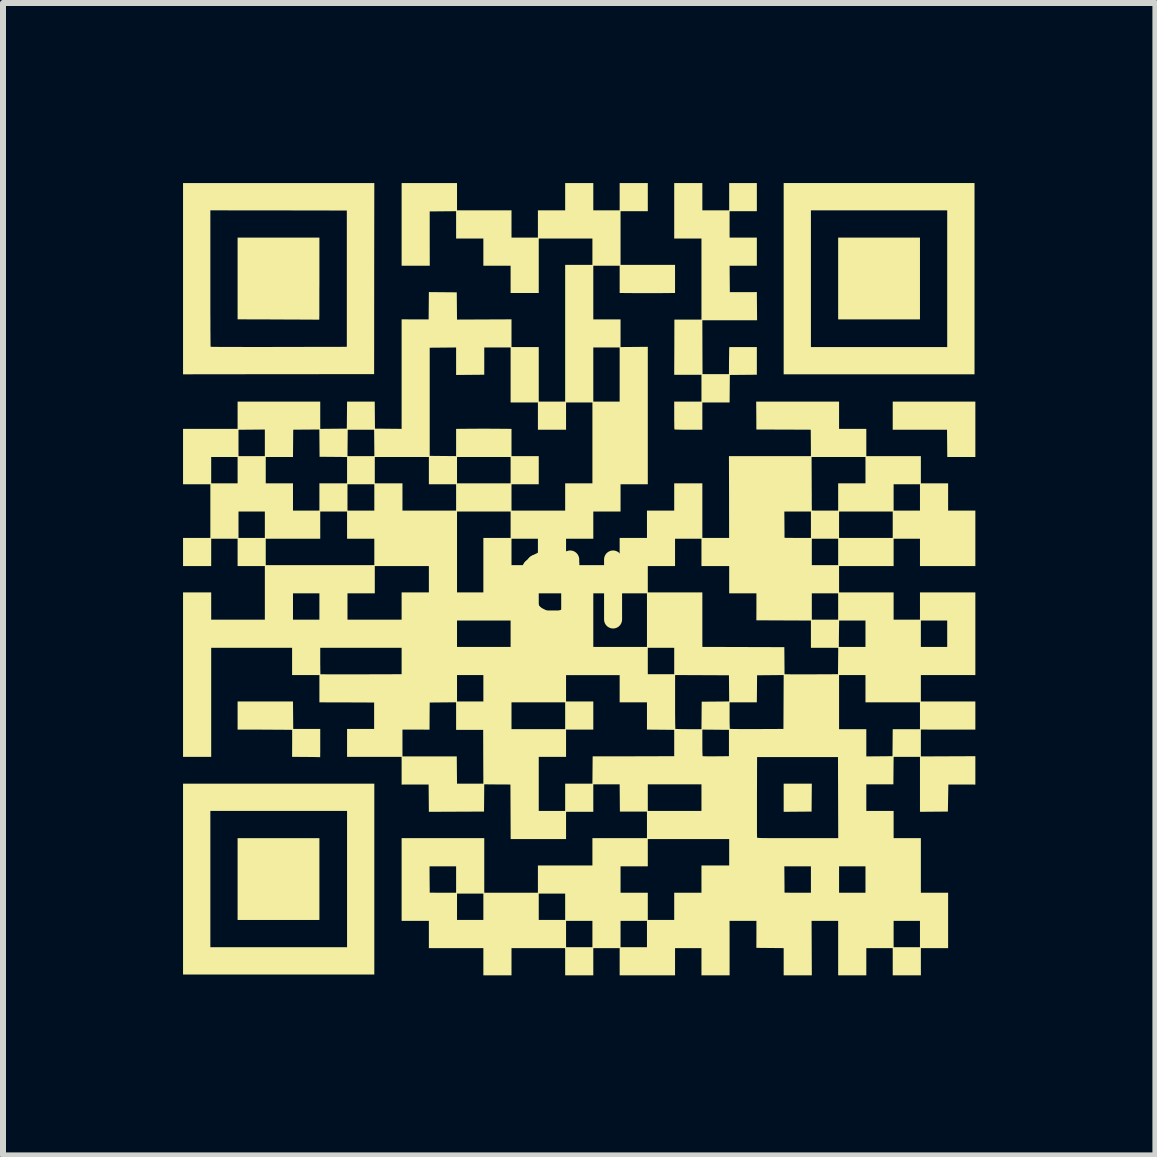
<source format=kicad_pcb>
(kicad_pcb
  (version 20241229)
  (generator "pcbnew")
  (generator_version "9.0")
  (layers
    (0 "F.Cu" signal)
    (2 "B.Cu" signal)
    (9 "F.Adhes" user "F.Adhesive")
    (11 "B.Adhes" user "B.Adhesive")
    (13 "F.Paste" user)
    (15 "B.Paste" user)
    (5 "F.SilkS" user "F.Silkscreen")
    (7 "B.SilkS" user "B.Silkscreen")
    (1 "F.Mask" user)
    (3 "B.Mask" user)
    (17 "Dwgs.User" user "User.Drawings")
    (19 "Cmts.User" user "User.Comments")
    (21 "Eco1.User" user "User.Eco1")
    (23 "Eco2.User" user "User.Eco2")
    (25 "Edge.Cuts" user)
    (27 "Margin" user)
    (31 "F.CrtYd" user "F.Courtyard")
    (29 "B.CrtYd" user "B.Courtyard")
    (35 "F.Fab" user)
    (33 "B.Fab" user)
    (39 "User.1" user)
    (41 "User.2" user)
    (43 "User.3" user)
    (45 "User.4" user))
  (footprint "qr"
    (layer "F.Cu")
    (at 6.594 6.594)
    (property "Reference" "qr" (at 0 0 0) (layer "F.SilkS") (effects (font (size 1.5 1.5) (thickness 0.3))))
    (attr board_only exclude_from_pos_files exclude_from_bom)
    (fp_poly (pts (xy -4.322 5.004) (xy -4.322 5.685) (xy -5.004 5.685) (xy -5.685 5.685) (xy -5.685 5.004) (xy -5.685 4.322) (xy -5.004 4.322) (xy -4.322 4.322)) (stroke (width 0) (type solid)) (fill yes) (layer "F.SilkS"))
    (fp_poly (pts (xy 3.881 3.647) (xy 3.879 3.879) (xy 3.647 3.881) (xy 3.414 3.883) (xy 3.414 3.649) (xy 3.414 3.414) (xy 3.649 3.414) (xy 3.883 3.414)) (stroke (width 0) (type solid)) (fill yes) (layer "F.SilkS"))
    (fp_poly (pts (xy 5.685 -5.004) (xy 5.685 -4.322) (xy 5.004 -4.322) (xy 4.322 -4.322) (xy 4.322 -5.004) (xy 4.322 -5.685) (xy 5.004 -5.685) (xy 5.685 -5.685)) (stroke (width 0) (type solid)) (fill yes) (layer "F.SilkS"))
    (fp_poly (pts (xy 6.608 -2.491) (xy 6.608 -2.029) (xy 6.374 -2.029) (xy 6.14 -2.029) (xy 6.138 -2.257) (xy 6.136 -2.484) (xy 5.683 -2.484) (xy 5.231 -2.483) (xy 5.231 -2.718) (xy 5.231 -2.952) (xy 5.92 -2.952) (xy 6.608 -2.952)) (stroke (width 0) (type solid)) (fill yes) (layer "F.SilkS"))
    (fp_poly (pts (xy -3.407 5.004) (xy -3.407 6.594) (xy -5 6.594) (xy -6.594 6.594) (xy -6.594 5.004) (xy -6.139 5.004) (xy -6.139 6.139) (xy -5 6.139) (xy -3.861 6.139) (xy -3.861 5.004) (xy -3.861 3.868) (xy -5 3.868) (xy -6.139 3.868) (xy -6.139 5.004) (xy -6.594 5.004) (xy -6.594 3.414) (xy -5 3.414) (xy -3.407 3.414)) (stroke (width 0) (type solid)) (fill yes) (layer "F.SilkS"))
    (fp_poly (pts (xy 6.594 -5) (xy 6.594 -3.407) (xy 5.004 -3.407) (xy 3.414 -3.407) (xy 3.414 -5) (xy 3.868 -5) (xy 3.868 -3.861) (xy 5.004 -3.861) (xy 6.139 -3.861) (xy 6.139 -5) (xy 6.139 -6.139) (xy 5.004 -6.139) (xy 3.868 -6.139) (xy 3.868 -5) (xy 3.414 -5) (xy 3.414 -6.594) (xy 5.004 -6.594) (xy 6.594 -6.594)) (stroke (width 0) (type solid)) (fill yes) (layer "F.SilkS"))
    (fp_poly (pts (xy -4.322 -5) (xy -4.322 -4.901) (xy -4.323 -4.807) (xy -4.323 -4.718) (xy -4.323 -4.635) (xy -4.323 -4.56) (xy -4.323 -4.492) (xy -4.323 -4.435) (xy -4.323 -4.387) (xy -4.324 -4.351) (xy -4.324 -4.328) (xy -4.324 -4.317) (xy -4.324 -4.317) (xy -4.332 -4.317) (xy -4.353 -4.318) (xy -4.386 -4.318) (xy -4.432 -4.318) (xy -4.488 -4.319) (xy -4.553 -4.319) (xy -4.627 -4.319) (xy -4.708 -4.32) (xy -4.796 -4.32) (xy -4.889 -4.32) (xy -4.987 -4.321) (xy -5.006 -4.321) (xy -5.685 -4.323) (xy -5.685 -5.004) (xy -5.685 -5.685) (xy -5.004 -5.685) (xy -4.322 -5.685)) (stroke (width 0) (type solid)) (fill yes) (layer "F.SilkS"))
    (fp_poly (pts (xy -4.76 2.273) (xy -4.758 2.502) (xy -4.533 2.502) (xy -4.308 2.502) (xy -4.308 2.738) (xy -4.308 2.795) (xy -4.308 2.847) (xy -4.308 2.892) (xy -4.309 2.929) (xy -4.309 2.956) (xy -4.309 2.97) (xy -4.31 2.973) (xy -4.317 2.972) (xy -4.338 2.972) (xy -4.369 2.971) (xy -4.41 2.97) (xy -4.458 2.97) (xy -4.513 2.969) (xy -4.544 2.969) (xy -4.777 2.967) (xy -4.776 2.742) (xy -4.776 2.517) (xy -5.002 2.515) (xy -5.073 2.515) (xy -5.154 2.514) (xy -5.239 2.514) (xy -5.324 2.513) (xy -5.404 2.513) (xy -5.456 2.513) (xy -5.685 2.513) (xy -5.685 2.278) (xy -5.685 2.044) (xy -5.224 2.044) (xy -4.762 2.044)) (stroke (width 0) (type solid)) (fill yes) (layer "F.SilkS"))
    (fp_poly (pts (xy -3.409 -5.002) (xy -3.41 -3.41) (xy -5.002 -3.409) (xy -6.594 -3.407) (xy -6.594 -5) (xy -6.594 -5.005) (xy -6.139 -5.005) (xy -6.139 -4.877) (xy -6.139 -4.753) (xy -6.139 -4.634) (xy -6.139 -4.521) (xy -6.139 -4.414) (xy -6.138 -4.314) (xy -6.138 -4.222) (xy -6.138 -4.139) (xy -6.137 -4.065) (xy -6.137 -4.002) (xy -6.136 -3.95) (xy -6.136 -3.909) (xy -6.135 -3.882) (xy -6.135 -3.868) (xy -6.134 -3.866) (xy -6.127 -3.865) (xy -6.105 -3.865) (xy -6.07 -3.864) (xy -6.023 -3.864) (xy -5.965 -3.863) (xy -5.896 -3.863) (xy -5.817 -3.863) (xy -5.729 -3.863) (xy -5.632 -3.863) (xy -5.528 -3.862) (xy -5.418 -3.862) (xy -5.301 -3.862) (xy -5.18 -3.862) (xy -5.054 -3.863) (xy -4.997 -3.863) (xy -3.865 -3.865) (xy -3.865 -5) (xy -3.865 -6.136) (xy -5.002 -6.138) (xy -6.139 -6.139) (xy -6.139 -5.005) (xy -6.594 -5.005) (xy -6.594 -6.594) (xy -5 -6.594) (xy -3.407 -6.594)) (stroke (width 0) (type solid)) (fill yes) (layer "F.SilkS"))
    (fp_poly (pts (xy 2.059 -6.366) (xy 2.059 -6.139) (xy 2.282 -6.139) (xy 2.506 -6.139) (xy 2.506 -6.366) (xy 2.506 -6.594) (xy 2.736 -6.594) (xy 2.967 -6.594) (xy 2.967 -6.359) (xy 2.967 -6.125) (xy 2.74 -6.125) (xy 2.513 -6.125) (xy 2.513 -5.905) (xy 2.513 -5.685) (xy 2.74 -5.685) (xy 2.967 -5.685) (xy 2.967 -5.451) (xy 2.967 -5.216) (xy 2.74 -5.216) (xy 2.513 -5.216) (xy 2.515 -4.996) (xy 2.517 -4.776) (xy 2.742 -4.776) (xy 2.967 -4.777) (xy 2.969 -4.542) (xy 2.971 -4.308) (xy 2.515 -4.308) (xy 2.059 -4.308) (xy 2.06 -3.859) (xy 2.062 -3.41) (xy 2.282 -3.41) (xy 2.502 -3.41) (xy 2.503 -3.636) (xy 2.504 -3.691) (xy 2.505 -3.742) (xy 2.505 -3.786) (xy 2.506 -3.821) (xy 2.507 -3.847) (xy 2.508 -3.86) (xy 2.509 -3.861) (xy 2.517 -3.861) (xy 2.538 -3.861) (xy 2.57 -3.861) (xy 2.611 -3.861) (xy 2.66 -3.861) (xy 2.714 -3.861) (xy 2.74 -3.861) (xy 2.967 -3.861) (xy 2.967 -3.63) (xy 2.967 -3.4) (xy 2.742 -3.398) (xy 2.517 -3.396) (xy 2.515 -3.167) (xy 2.513 -2.938) (xy 2.286 -2.938) (xy 2.059 -2.938) (xy 2.059 -2.711) (xy 2.059 -2.484) (xy 1.829 -2.484) (xy 1.773 -2.484) (xy 1.721 -2.484) (xy 1.675 -2.485) (xy 1.639 -2.486) (xy 1.612 -2.487) (xy 1.597 -2.488) (xy 1.595 -2.488) (xy 1.593 -2.497) (xy 1.592 -2.518) (xy 1.591 -2.55) (xy 1.591 -2.591) (xy 1.59 -2.64) (xy 1.59 -2.695) (xy 1.59 -2.723) (xy 1.59 -2.952) (xy 1.817 -2.952) (xy 2.044 -2.952) (xy 2.044 -3.176) (xy 2.044 -3.399) (xy 1.817 -3.399) (xy 1.59 -3.399) (xy 1.592 -3.859) (xy 1.593 -4.319) (xy 1.819 -4.319) (xy 2.044 -4.319) (xy 2.044 -4.995) (xy 2.044 -5.67) (xy 1.817 -5.67) (xy 1.59 -5.67) (xy 1.59 -6.132) (xy 1.59 -6.594) (xy 1.824 -6.594) (xy 2.059 -6.594)) (stroke (width 0) (type solid)) (fill yes) (layer "F.SilkS"))
    (fp_poly (pts (xy -2.029 -6.366) (xy -2.029 -6.139) (xy -1.575 -6.139) (xy -1.121 -6.139) (xy -1.121 -5.912) (xy -1.121 -5.685) (xy -0.901 -5.685) (xy -0.681 -5.685) (xy -0.681 -5.912) (xy -0.681 -6.139) (xy -0.454 -6.139) (xy -0.227 -6.139) (xy -0.227 -6.366) (xy -0.227 -6.594) (xy 0.007 -6.594) (xy 0.242 -6.594) (xy 0.242 -6.366) (xy 0.242 -6.139) (xy 0.462 -6.139) (xy 0.681 -6.139) (xy 0.681 -6.366) (xy 0.681 -6.594) (xy 0.916 -6.594) (xy 1.15 -6.594) (xy 1.15 -6.359) (xy 1.15 -6.125) (xy 0.923 -6.125) (xy 0.696 -6.125) (xy 0.696 -5.678) (xy 0.696 -5.231) (xy 1.15 -5.231) (xy 1.604 -5.231) (xy 1.604 -4.997) (xy 1.604 -4.762) (xy 1.374 -4.76) (xy 1.301 -4.76) (xy 1.219 -4.76) (xy 1.132 -4.76) (xy 1.046 -4.76) (xy 0.966 -4.76) (xy 0.912 -4.76) (xy 0.681 -4.762) (xy 0.681 -4.989) (xy 0.681 -5.216) (xy 0.462 -5.216) (xy 0.242 -5.216) (xy 0.242 -4.769) (xy 0.242 -4.322) (xy 0.469 -4.322) (xy 0.696 -4.322) (xy 0.696 -4.091) (xy 0.696 -3.861) (xy 0.923 -3.863) (xy 1.15 -3.865) (xy 1.15 -2.72) (xy 1.15 -1.575) (xy 0.923 -1.575) (xy 0.696 -1.575) (xy 0.696 -1.348) (xy 0.696 -1.121) (xy 0.469 -1.121) (xy 0.242 -1.121) (xy 0.242 -0.894) (xy 0.242 -0.667) (xy 0.015 -0.667) (xy -0.212 -0.667) (xy -0.212 -0.447) (xy -0.212 -0.227) (xy 0.234 -0.227) (xy 0.681 -0.227) (xy 0.681 -0.454) (xy 0.681 -0.681) (xy 0.908 -0.681) (xy 1.136 -0.681) (xy 1.136 -0.908) (xy 1.136 -1.136) (xy 1.363 -1.136) (xy 1.59 -1.136) (xy 1.59 -1.363) (xy 1.59 -1.59) (xy 1.824 -1.59) (xy 2.059 -1.59) (xy 2.059 -1.136) (xy 2.059 -0.681) (xy 2.282 -0.681) (xy 2.505 -0.681) (xy 2.504 -1.121) (xy 3.425 -1.121) (xy 3.427 -0.903) (xy 3.427 -0.848) (xy 3.428 -0.798) (xy 3.428 -0.755) (xy 3.428 -0.72) (xy 3.428 -0.696) (xy 3.429 -0.684) (xy 3.429 -0.683) (xy 3.436 -0.683) (xy 3.456 -0.682) (xy 3.487 -0.682) (xy 3.527 -0.682) (xy 3.575 -0.681) (xy 3.628 -0.681) (xy 3.648 -0.681) (xy 3.868 -0.681) (xy 3.868 -0.901) (xy 4.337 -0.901) (xy 4.337 -0.681) (xy 4.784 -0.681) (xy 5.231 -0.681) (xy 5.231 -0.901) (xy 5.231 -1.121) (xy 4.784 -1.121) (xy 4.337 -1.121) (xy 4.337 -0.901) (xy 3.868 -0.901) (xy 3.868 -1.121) (xy 3.647 -1.121) (xy 3.425 -1.121) (xy 2.504 -1.121) (xy 2.504 -1.363) (xy 2.502 -2.029) (xy 3.879 -2.029) (xy 3.881 -1.584) (xy 3.881 -1.505) (xy 3.882 -1.43) (xy 3.882 -1.361) (xy 3.882 -1.299) (xy 3.882 -1.245) (xy 3.883 -1.201) (xy 3.883 -1.167) (xy 3.883 -1.146) (xy 3.883 -1.137) (xy 3.883 -1.137) (xy 3.89 -1.137) (xy 3.91 -1.137) (xy 3.941 -1.136) (xy 3.981 -1.136) (xy 4.029 -1.136) (xy 4.082 -1.136) (xy 4.103 -1.136) (xy 4.322 -1.136) (xy 4.322 -1.355) (xy 5.246 -1.355) (xy 5.246 -1.136) (xy 5.465 -1.136) (xy 5.685 -1.136) (xy 5.685 -1.355) (xy 5.685 -1.575) (xy 5.465 -1.575) (xy 5.246 -1.575) (xy 5.246 -1.355) (xy 4.322 -1.355) (xy 4.322 -1.363) (xy 4.322 -1.59) (xy 4.55 -1.59) (xy 4.777 -1.59) (xy 4.777 -1.81) (xy 4.777 -2.029) (xy 4.328 -2.029) (xy 3.879 -2.029) (xy 2.502 -2.029) (xy 2.502 -2.044) (xy 3.185 -2.044) (xy 3.868 -2.044) (xy 3.867 -2.264) (xy 3.865 -2.484) (xy 3.412 -2.486) (xy 2.959 -2.487) (xy 2.958 -2.72) (xy 2.956 -2.952) (xy 3.647 -2.952) (xy 4.337 -2.952) (xy 4.337 -2.725) (xy 4.337 -2.498) (xy 4.564 -2.498) (xy 4.791 -2.498) (xy 4.791 -2.271) (xy 4.791 -2.044) (xy 5.246 -2.044) (xy 5.7 -2.044) (xy 5.7 -1.817) (xy 5.7 -1.59) (xy 5.927 -1.59) (xy 6.154 -1.59) (xy 6.154 -1.363) (xy 6.154 -1.136) (xy 6.381 -1.136) (xy 6.608 -1.136) (xy 6.608 -0.674) (xy 6.608 -0.212) (xy 6.147 -0.212) (xy 5.685 -0.212) (xy 5.685 -0.44) (xy 5.685 -0.667) (xy 5.465 -0.667) (xy 5.246 -0.667) (xy 5.246 -0.44) (xy 5.246 -0.212) (xy 4.791 -0.212) (xy 4.337 -0.212) (xy 4.337 0.007) (xy 4.337 0.227) (xy 4.791 0.227) (xy 5.246 0.227) (xy 5.246 0.454) (xy 5.246 0.681) (xy 5.465 0.681) (xy 5.685 0.681) (xy 5.685 0.454) (xy 5.685 0.227) (xy 6.147 0.227) (xy 6.608 0.227) (xy 6.608 0.916) (xy 6.608 1.604) (xy 6.154 1.604) (xy 5.7 1.604) (xy 5.7 1.824) (xy 5.7 2.044) (xy 6.154 2.044) (xy 6.608 2.044) (xy 6.608 2.278) (xy 6.608 2.513) (xy 6.379 2.513) (xy 6.307 2.513) (xy 6.226 2.513) (xy 6.14 2.513) (xy 6.056 2.513) (xy 5.977 2.513) (xy 5.925 2.513) (xy 5.7 2.512) (xy 5.7 2.736) (xy 5.7 2.96) (xy 6.154 2.958) (xy 6.608 2.956) (xy 6.608 3.193) (xy 6.608 3.429) (xy 6.383 3.428) (xy 6.158 3.428) (xy 6.154 3.654) (xy 6.15 3.879) (xy 5.918 3.881) (xy 5.685 3.883) (xy 5.685 3.425) (xy 5.685 2.967) (xy 5.465 2.967) (xy 5.246 2.967) (xy 5.244 3.196) (xy 5.242 3.425) (xy 5.017 3.425) (xy 4.791 3.425) (xy 4.791 3.647) (xy 4.791 3.868) (xy 5.018 3.868) (xy 5.246 3.868) (xy 5.246 4.095) (xy 5.246 4.322) (xy 5.473 4.322) (xy 5.7 4.322) (xy 5.7 4.777) (xy 5.7 5.231) (xy 5.927 5.231) (xy 6.154 5.231) (xy 6.154 5.692) (xy 6.154 6.154) (xy 5.927 6.154) (xy 5.7 6.154) (xy 5.7 6.381) (xy 5.7 6.608) (xy 5.465 6.608) (xy 5.231 6.608) (xy 5.231 6.381) (xy 5.231 6.154) (xy 5.011 6.154) (xy 4.791 6.154) (xy 4.791 6.381) (xy 4.791 6.608) (xy 4.557 6.608) (xy 4.322 6.608) (xy 4.322 6.154) (xy 4.322 5.92) (xy 5.246 5.92) (xy 5.246 6.139) (xy 5.465 6.139) (xy 5.685 6.139) (xy 5.685 5.92) (xy 5.685 5.7) (xy 5.465 5.7) (xy 5.246 5.7) (xy 5.246 5.92) (xy 4.322 5.92) (xy 4.322 5.7) (xy 4.101 5.7) (xy 3.879 5.7) (xy 3.881 6.154) (xy 3.883 6.608) (xy 3.649 6.608) (xy 3.414 6.608) (xy 3.414 6.381) (xy 3.414 6.154) (xy 3.186 6.152) (xy 2.959 6.15) (xy 2.96 5.925) (xy 2.96 5.7) (xy 2.736 5.7) (xy 2.512 5.7) (xy 2.513 5.925) (xy 2.513 5.996) (xy 2.513 6.077) (xy 2.513 6.163) (xy 2.513 6.248) (xy 2.513 6.327) (xy 2.513 6.379) (xy 2.513 6.608) (xy 2.278 6.608) (xy 2.044 6.608) (xy 2.044 6.381) (xy 2.044 6.154) (xy 1.824 6.154) (xy 1.604 6.154) (xy 1.604 6.381) (xy 1.604 6.608) (xy 1.143 6.608) (xy 0.681 6.608) (xy 0.681 6.381) (xy 0.681 6.154) (xy 0.462 6.154) (xy 0.242 6.154) (xy 0.242 6.381) (xy 0.242 6.608) (xy 0.007 6.608) (xy -0.227 6.608) (xy -0.227 6.381) (xy -0.227 6.154) (xy -0.674 6.154) (xy -1.121 6.154) (xy -1.121 6.381) (xy -1.121 6.608) (xy -1.355 6.608) (xy -1.59 6.608) (xy -1.59 6.381) (xy -1.59 6.154) (xy -2.044 6.154) (xy -2.498 6.154) (xy -2.498 5.927) (xy -2.498 5.92) (xy -0.212 5.92) (xy -0.212 6.139) (xy 0.007 6.139) (xy 0.227 6.139) (xy 0.227 5.92) (xy 0.696 5.92) (xy 0.696 6.139) (xy 0.916 6.139) (xy 1.136 6.139) (xy 1.136 5.92) (xy 1.136 5.7) (xy 0.916 5.7) (xy 0.696 5.7) (xy 0.696 5.92) (xy 0.227 5.92) (xy 0.227 5.7) (xy 0.007 5.7) (xy -0.212 5.7) (xy -0.212 5.92) (xy -2.498 5.92) (xy -2.498 5.7) (xy -2.725 5.7) (xy -2.952 5.7) (xy -2.952 5.465) (xy -2.029 5.465) (xy -2.029 5.685) (xy -1.81 5.685) (xy -1.59 5.685) (xy -1.59 5.465) (xy -0.667 5.465) (xy -0.667 5.685) (xy -0.447 5.685) (xy -0.227 5.685) (xy -0.227 5.465) (xy -0.227 5.246) (xy -0.447 5.246) (xy -0.667 5.246) (xy -0.667 5.465) (xy -1.59 5.465) (xy -1.59 5.246) (xy -1.81 5.246) (xy -2.029 5.246) (xy -2.029 5.465) (xy -2.952 5.465) (xy -2.952 5.011) (xy -2.952 4.791) (xy -2.487 4.791) (xy -2.486 5.009) (xy -2.485 5.064) (xy -2.485 5.114) (xy -2.484 5.157) (xy -2.484 5.192) (xy -2.484 5.216) (xy -2.484 5.228) (xy -2.484 5.229) (xy -2.477 5.23) (xy -2.457 5.23) (xy -2.426 5.23) (xy -2.385 5.231) (xy -2.338 5.231) (xy -2.284 5.231) (xy -2.264 5.231) (xy -2.044 5.231) (xy -2.044 5.011) (xy -2.044 4.791) (xy -2.266 4.791) (xy -2.487 4.791) (xy -2.952 4.791) (xy -2.952 4.322) (xy -2.264 4.322) (xy -1.575 4.322) (xy -1.575 4.777) (xy -1.575 5.231) (xy -1.128 5.231) (xy -0.681 5.231) (xy -0.681 5.004) (xy -0.681 4.791) (xy 0.696 4.791) (xy 0.696 5.011) (xy 0.696 5.231) (xy 0.923 5.231) (xy 1.15 5.231) (xy 1.15 5.458) (xy 1.15 5.685) (xy 1.37 5.685) (xy 1.59 5.685) (xy 1.59 5.458) (xy 1.59 5.231) (xy 1.817 5.231) (xy 2.044 5.231) (xy 2.044 5.004) (xy 2.044 4.791) (xy 3.425 4.791) (xy 3.427 5.009) (xy 3.427 5.064) (xy 3.428 5.114) (xy 3.428 5.157) (xy 3.428 5.192) (xy 3.428 5.216) (xy 3.429 5.228) (xy 3.429 5.229) (xy 3.436 5.23) (xy 3.456 5.23) (xy 3.487 5.23) (xy 3.527 5.231) (xy 3.575 5.231) (xy 3.628 5.231) (xy 3.648 5.231) (xy 3.868 5.231) (xy 3.868 5.011) (xy 4.337 5.011) (xy 4.337 5.231) (xy 4.557 5.231) (xy 4.777 5.231) (xy 4.777 5.011) (xy 4.777 4.791) (xy 4.557 4.791) (xy 4.337 4.791) (xy 4.337 5.011) (xy 3.868 5.011) (xy 3.868 4.791) (xy 3.647 4.791) (xy 3.425 4.791) (xy 2.044 4.791) (xy 2.044 4.777) (xy 2.275 4.777) (xy 2.506 4.777) (xy 2.506 4.557) (xy 2.506 4.337) (xy 1.828 4.337) (xy 1.15 4.337) (xy 1.15 4.564) (xy 1.15 4.791) (xy 0.923 4.791) (xy 0.696 4.791) (xy -0.681 4.791) (xy -0.681 4.777) (xy -0.227 4.777) (xy 0.227 4.777) (xy 0.227 4.55) (xy 0.227 4.322) (xy 0.681 4.322) (xy 1.136 4.322) (xy 1.136 4.101) (xy 1.136 3.917) (xy 2.969 3.917) (xy 2.969 3.999) (xy 2.969 4.074) (xy 2.969 4.141) (xy 2.969 4.198) (xy 2.969 4.245) (xy 2.97 4.281) (xy 2.97 4.304) (xy 2.971 4.313) (xy 2.971 4.313) (xy 2.974 4.315) (xy 2.983 4.316) (xy 2.999 4.318) (xy 3.023 4.319) (xy 3.055 4.32) (xy 3.096 4.32) (xy 3.146 4.321) (xy 3.207 4.322) (xy 3.279 4.322) (xy 3.363 4.322) (xy 3.46 4.322) (xy 3.57 4.322) (xy 3.648 4.322) (xy 4.323 4.322) (xy 4.321 3.647) (xy 4.319 2.971) (xy 3.645 2.971) (xy 2.971 2.971) (xy 2.969 3.637) (xy 2.969 3.735) (xy 2.969 3.829) (xy 2.969 3.917) (xy 1.136 3.917) (xy 1.136 3.879) (xy 0.91 3.879) (xy 0.685 3.879) (xy 0.683 3.652) (xy 0.683 3.647) (xy 1.15 3.647) (xy 1.15 3.868) (xy 1.597 3.868) (xy 2.044 3.868) (xy 2.044 3.647) (xy 2.044 3.425) (xy 1.597 3.425) (xy 1.15 3.425) (xy 1.15 3.647) (xy 0.683 3.647) (xy 0.681 3.425) (xy 0.461 3.425) (xy 0.242 3.425) (xy 0.242 3.654) (xy 0.242 3.883) (xy 0.015 3.883) (xy -0.212 3.883) (xy -0.212 4.11) (xy -0.212 4.337) (xy -0.674 4.337) (xy -1.135 4.337) (xy -1.137 3.883) (xy -1.139 3.428) (xy -1.357 3.427) (xy -1.575 3.425) (xy -1.577 3.652) (xy -1.579 3.879) (xy -2.038 3.881) (xy -2.498 3.883) (xy -2.5 3.655) (xy -2.502 3.428) (xy -2.727 3.428) (xy -2.952 3.429) (xy -2.952 3.198) (xy -2.952 2.967) (xy -3.178 2.967) (xy -3.249 2.967) (xy -3.33 2.967) (xy -3.415 2.967) (xy -3.5 2.967) (xy -3.58 2.967) (xy -3.632 2.967) (xy -3.861 2.967) (xy -3.861 2.735) (xy -3.861 2.513) (xy -2.938 2.513) (xy -2.938 2.736) (xy -2.938 2.96) (xy -2.485 2.959) (xy -2.033 2.959) (xy -2.031 3.187) (xy -2.029 3.414) (xy -1.809 3.414) (xy -1.59 3.414) (xy -1.592 2.967) (xy -0.667 2.967) (xy -0.667 3.418) (xy -0.667 3.868) (xy -0.447 3.868) (xy -0.227 3.868) (xy -0.227 3.641) (xy -0.227 3.414) (xy -0.000105 3.414) (xy 0.227 3.414) (xy 0.229 3.187) (xy 0.231 2.959) (xy 0.911 2.958) (xy 1.59 2.956) (xy 1.59 2.736) (xy 1.59 2.731) (xy 2.059 2.731) (xy 2.059 2.787) (xy 2.059 2.837) (xy 2.06 2.881) (xy 2.061 2.916) (xy 2.062 2.941) (xy 2.063 2.954) (xy 2.064 2.955) (xy 2.072 2.956) (xy 2.093 2.957) (xy 2.125 2.958) (xy 2.166 2.958) (xy 2.215 2.958) (xy 2.268 2.958) (xy 2.285 2.958) (xy 2.502 2.956) (xy 2.502 2.736) (xy 2.502 2.517) (xy 2.28 2.515) (xy 2.059 2.513) (xy 2.059 2.731) (xy 1.59 2.731) (xy 1.59 2.517) (xy 1.363 2.515) (xy 1.136 2.513) (xy 1.136 2.286) (xy 1.136 2.059) (xy 0.908 2.059) (xy 0.681 2.059) (xy 0.681 1.832) (xy 0.681 1.605) (xy 0.234 1.605) (xy -0.212 1.605) (xy -0.212 1.824) (xy -0.212 2.044) (xy 0.015 2.044) (xy 0.242 2.044) (xy 0.242 2.278) (xy 0.242 2.513) (xy 0.015 2.513) (xy -0.212 2.513) (xy -0.212 2.74) (xy -0.212 2.967) (xy -0.44 2.967) (xy -0.667 2.967) (xy -1.592 2.967) (xy -1.592 2.965) (xy -1.593 2.517) (xy -1.819 2.517) (xy -2.044 2.517) (xy -2.044 2.288) (xy -2.044 2.282) (xy -1.121 2.282) (xy -1.121 2.505) (xy -0.674 2.505) (xy -0.227 2.505) (xy -0.227 2.282) (xy -0.227 2.059) (xy -0.674 2.059) (xy -1.121 2.059) (xy -1.121 2.282) (xy -2.044 2.282) (xy -2.044 2.058) (xy -2.264 2.06) (xy -2.484 2.062) (xy -2.486 2.288) (xy -2.487 2.514) (xy -2.713 2.513) (xy -2.938 2.513) (xy -3.861 2.513) (xy -3.861 2.502) (xy -3.636 2.502) (xy -3.41 2.502) (xy -3.41 2.282) (xy -3.41 2.062) (xy -3.866 2.06) (xy -4.322 2.059) (xy -4.322 1.831) (xy -4.322 1.824) (xy -2.029 1.824) (xy -2.029 2.044) (xy -1.81 2.044) (xy -1.59 2.044) (xy -1.59 1.824) (xy -1.59 1.604) (xy 1.605 1.604) (xy 1.605 2.05) (xy 1.605 2.13) (xy 1.605 2.205) (xy 1.605 2.274) (xy 1.606 2.337) (xy 1.606 2.391) (xy 1.607 2.436) (xy 1.608 2.47) (xy 1.608 2.492) (xy 1.609 2.501) (xy 1.609 2.501) (xy 1.618 2.502) (xy 1.639 2.503) (xy 1.671 2.504) (xy 1.712 2.505) (xy 1.76 2.505) (xy 1.814 2.506) (xy 1.829 2.506) (xy 2.044 2.506) (xy 2.046 2.277) (xy 2.048 2.059) (xy 2.513 2.059) (xy 2.513 2.277) (xy 2.513 2.332) (xy 2.513 2.383) (xy 2.514 2.427) (xy 2.515 2.462) (xy 2.516 2.487) (xy 2.517 2.499) (xy 2.518 2.501) (xy 2.526 2.501) (xy 2.547 2.502) (xy 2.581 2.503) (xy 2.625 2.503) (xy 2.679 2.504) (xy 2.741 2.504) (xy 2.81 2.504) (xy 2.885 2.504) (xy 2.964 2.504) (xy 2.966 2.504) (xy 3.41 2.502) (xy 3.412 2.055) (xy 4.337 2.055) (xy 4.337 2.506) (xy 4.564 2.506) (xy 4.791 2.506) (xy 4.791 2.733) (xy 4.791 2.96) (xy 5.009 2.958) (xy 5.227 2.956) (xy 5.229 2.731) (xy 5.231 2.506) (xy 5.458 2.506) (xy 5.685 2.506) (xy 5.685 2.282) (xy 5.685 2.059) (xy 5.231 2.059) (xy 4.777 2.059) (xy 4.777 1.832) (xy 4.777 1.604) (xy 4.557 1.604) (xy 4.337 1.604) (xy 4.337 2.055) (xy 3.412 2.055) (xy 3.412 2.053) (xy 3.414 1.604) (xy 3.192 1.606) (xy 2.971 1.608) (xy 2.969 1.833) (xy 2.967 2.059) (xy 2.74 2.059) (xy 2.513 2.059) (xy 2.048 2.059) (xy 2.048 2.048) (xy 2.277 2.046) (xy 2.506 2.044) (xy 2.504 1.826) (xy 2.502 1.608) (xy 2.053 1.606) (xy 1.605 1.604) (xy -1.59 1.604) (xy -1.59 1.604) (xy -1.81 1.604) (xy -2.029 1.604) (xy -2.029 1.824) (xy -4.322 1.824) (xy -4.322 1.604) (xy -4.55 1.604) (xy -4.777 1.604) (xy -4.777 1.377) (xy -4.777 1.369) (xy -4.308 1.369) (xy -4.308 1.424) (xy -4.307 1.474) (xy -4.307 1.518) (xy -4.306 1.552) (xy -4.306 1.577) (xy -4.305 1.589) (xy -4.305 1.59) (xy -4.297 1.591) (xy -4.276 1.591) (xy -4.242 1.591) (xy -4.197 1.592) (xy -4.141 1.592) (xy -4.075 1.592) (xy -4.001 1.592) (xy -3.92 1.592) (xy -3.832 1.592) (xy -3.739 1.592) (xy -3.641 1.592) (xy -3.627 1.592) (xy -2.952 1.59) (xy -2.952 1.37) (xy 1.15 1.37) (xy 1.15 1.59) (xy 1.37 1.59) (xy 1.59 1.59) (xy 1.59 1.37) (xy 1.59 1.15) (xy 1.37 1.15) (xy 1.15 1.15) (xy 1.15 1.37) (xy -2.952 1.37) (xy -2.952 1.37) (xy -2.952 1.15) (xy -3.63 1.15) (xy -4.308 1.15) (xy -4.308 1.369) (xy -4.777 1.369) (xy -4.777 1.15) (xy -5.451 1.15) (xy -6.125 1.15) (xy -6.125 2.059) (xy -6.125 2.967) (xy -6.359 2.967) (xy -6.594 2.967) (xy -6.594 1.597) (xy -6.594 0.916) (xy -2.029 0.916) (xy -2.029 1.136) (xy -1.582 1.136) (xy -1.136 1.136) (xy -1.136 0.916) (xy -1.136 0.696) (xy -1.582 0.696) (xy -2.029 0.696) (xy -2.029 0.916) (xy -6.594 0.916) (xy -6.594 0.689) (xy 0.242 0.689) (xy 0.242 1.136) (xy 0.689 1.136) (xy 1.136 1.136) (xy 1.136 0.689) (xy 1.136 0.242) (xy 0.689 0.242) (xy 0.242 0.242) (xy 0.242 0.689) (xy -6.594 0.689) (xy -6.594 0.227) (xy -6.359 0.227) (xy -6.125 0.227) (xy -6.125 0.454) (xy -6.125 0.681) (xy -5.678 0.681) (xy -5.231 0.681) (xy -5.231 0.462) (xy -4.762 0.462) (xy -4.762 0.681) (xy -4.542 0.681) (xy -4.322 0.681) (xy -4.322 0.462) (xy -4.322 0.242) (xy -3.854 0.242) (xy -3.854 0.462) (xy -3.854 0.681) (xy -3.403 0.681) (xy -2.952 0.681) (xy -2.952 0.462) (xy -0.667 0.462) (xy -0.667 0.681) (xy -0.447 0.681) (xy -0.227 0.681) (xy -0.227 0.462) (xy -0.227 0.242) (xy -0.447 0.242) (xy -0.667 0.242) (xy -0.667 0.462) (xy -2.952 0.462) (xy -2.952 0.454) (xy -2.952 0.227) (xy -2.725 0.227) (xy -2.498 0.227) (xy -2.498 0.007) (xy -2.498 -0.212) (xy -2.949 -0.212) (xy -3.399 -0.212) (xy -3.399 0.015) (xy -3.399 0.242) (xy -3.626 0.242) (xy -3.854 0.242) (xy -4.322 0.242) (xy -4.542 0.242) (xy -4.762 0.242) (xy -4.762 0.462) (xy -5.231 0.462) (xy -5.231 0.234) (xy -5.231 -0.212) (xy -5.458 -0.212) (xy -5.685 -0.212) (xy -5.685 -0.44) (xy -5.685 -0.667) (xy -5.216 -0.667) (xy -5.216 -0.447) (xy -5.216 -0.227) (xy -4.311 -0.227) (xy -3.407 -0.227) (xy -3.407 -0.447) (xy -2.029 -0.447) (xy -2.029 0.227) (xy -1.81 0.227) (xy -1.59 0.227) (xy -1.59 -0.212) (xy 1.15 -0.212) (xy 1.15 0.007) (xy 1.15 0.227) (xy 1.604 0.227) (xy 2.059 0.227) (xy 2.059 0.681) (xy 2.059 1.135) (xy 2.742 1.137) (xy 3.425 1.139) (xy 3.427 1.363) (xy 3.427 1.418) (xy 3.428 1.469) (xy 3.428 1.514) (xy 3.428 1.549) (xy 3.428 1.575) (xy 3.428 1.588) (xy 3.429 1.59) (xy 3.436 1.59) (xy 3.456 1.591) (xy 3.489 1.591) (xy 3.532 1.592) (xy 3.586 1.592) (xy 3.647 1.592) (xy 3.716 1.592) (xy 3.79 1.592) (xy 3.869 1.592) (xy 3.874 1.592) (xy 4.319 1.59) (xy 4.321 1.37) (xy 4.323 1.15) (xy 4.095 1.15) (xy 3.868 1.15) (xy 3.868 1.136) (xy 4.333 1.136) (xy 4.555 1.136) (xy 4.777 1.136) (xy 4.777 0.916) (xy 5.7 0.916) (xy 5.7 1.136) (xy 5.92 1.136) (xy 6.139 1.136) (xy 6.139 0.916) (xy 6.139 0.696) (xy 5.92 0.696) (xy 5.7 0.696) (xy 5.7 0.916) (xy 4.777 0.916) (xy 4.777 0.696) (xy 4.557 0.696) (xy 4.338 0.696) (xy 4.335 0.916) (xy 4.333 1.136) (xy 3.868 1.136) (xy 3.868 0.923) (xy 3.868 0.696) (xy 3.414 0.694) (xy 2.959 0.692) (xy 2.96 0.467) (xy 2.96 0.462) (xy 3.883 0.462) (xy 3.883 0.681) (xy 4.103 0.681) (xy 4.322 0.681) (xy 4.322 0.462) (xy 4.322 0.242) (xy 4.103 0.242) (xy 3.883 0.242) (xy 3.883 0.462) (xy 2.96 0.462) (xy 2.96 0.242) (xy 2.733 0.242) (xy 2.506 0.242) (xy 2.506 0.015) (xy 2.506 -0.212) (xy 2.275 -0.212) (xy 2.044 -0.212) (xy 2.044 -0.44) (xy 2.044 -0.447) (xy 3.883 -0.447) (xy 3.883 -0.227) (xy 4.103 -0.227) (xy 4.322 -0.227) (xy 4.322 -0.447) (xy 4.322 -0.667) (xy 4.103 -0.667) (xy 3.883 -0.667) (xy 3.883 -0.447) (xy 2.044 -0.447) (xy 2.044 -0.667) (xy 1.824 -0.667) (xy 1.604 -0.667) (xy 1.604 -0.44) (xy 1.604 -0.212) (xy 1.377 -0.212) (xy 1.15 -0.212) (xy -1.59 -0.212) (xy -1.59 -0.227) (xy -1.59 -0.447) (xy -1.121 -0.447) (xy -1.121 -0.227) (xy -0.901 -0.227) (xy -0.681 -0.227) (xy -0.681 -0.447) (xy -0.681 -0.667) (xy -0.901 -0.667) (xy -1.121 -0.667) (xy -1.121 -0.447) (xy -1.59 -0.447) (xy -1.59 -0.681) (xy -1.363 -0.681) (xy -1.136 -0.681) (xy -1.136 -0.901) (xy -1.136 -1.121) (xy -1.582 -1.121) (xy -2.029 -1.121) (xy -2.029 -0.447) (xy -3.407 -0.447) (xy -3.407 -0.667) (xy -3.634 -0.667) (xy -3.861 -0.667) (xy -3.861 -0.894) (xy -3.861 -1.121) (xy -4.084 -1.121) (xy -4.308 -1.121) (xy -4.308 -0.894) (xy -4.308 -0.667) (xy -4.762 -0.667) (xy -5.216 -0.667) (xy -5.685 -0.667) (xy -5.905 -0.667) (xy -6.125 -0.667) (xy -6.125 -0.44) (xy -6.125 -0.212) (xy -6.359 -0.212) (xy -6.594 -0.212) (xy -6.594 -0.447) (xy -6.594 -0.681) (xy -6.366 -0.681) (xy -6.139 -0.681) (xy -6.139 -0.901) (xy -5.67 -0.901) (xy -5.67 -0.681) (xy -5.451 -0.681) (xy -5.231 -0.681) (xy -5.231 -0.901) (xy -5.231 -1.121) (xy -5.451 -1.121) (xy -5.67 -1.121) (xy -5.67 -0.901) (xy -6.139 -0.901) (xy -6.139 -1.128) (xy -6.139 -1.575) (xy -6.366 -1.575) (xy -6.594 -1.575) (xy -6.594 -1.81) (xy -6.125 -1.81) (xy -6.125 -1.59) (xy -5.905 -1.59) (xy -5.685 -1.59) (xy -5.685 -1.81) (xy -5.685 -2.029) (xy -5.216 -2.029) (xy -5.216 -1.81) (xy -5.216 -1.59) (xy -4.989 -1.59) (xy -4.762 -1.59) (xy -4.762 -1.363) (xy -4.762 -1.136) (xy -4.542 -1.136) (xy -4.322 -1.136) (xy -4.322 -1.355) (xy -3.854 -1.355) (xy -3.854 -1.136) (xy -3.63 -1.136) (xy -3.407 -1.136) (xy -3.407 -1.355) (xy -3.407 -1.575) (xy -3.63 -1.575) (xy -3.854 -1.575) (xy -3.854 -1.355) (xy -4.322 -1.355) (xy -4.322 -1.363) (xy -4.322 -1.59) (xy -4.092 -1.59) (xy -3.861 -1.59) (xy -3.861 -1.809) (xy -3.861 -1.81) (xy -3.399 -1.81) (xy -3.399 -1.59) (xy -3.169 -1.59) (xy -2.938 -1.59) (xy -2.938 -1.363) (xy -2.938 -1.136) (xy -2.491 -1.136) (xy -2.044 -1.136) (xy -2.044 -1.355) (xy -2.044 -1.575) (xy -2.271 -1.575) (xy -2.498 -1.575) (xy -2.498 -1.802) (xy -2.498 -1.81) (xy -2.029 -1.81) (xy -2.029 -1.59) (xy -1.582 -1.59) (xy -1.136 -1.59) (xy -1.136 -1.81) (xy -1.136 -2.029) (xy -1.582 -2.029) (xy -2.029 -2.029) (xy -2.029 -1.81) (xy -2.498 -1.81) (xy -2.498 -2.029) (xy -2.949 -2.029) (xy -3.399 -2.029) (xy -3.399 -1.81) (xy -3.861 -1.81) (xy -3.861 -2.029) (xy -4.09 -2.031) (xy -4.319 -2.033) (xy -4.319 -2.044) (xy -3.854 -2.044) (xy -3.63 -2.044) (xy -3.406 -2.044) (xy -3.408 -2.264) (xy -3.41 -2.484) (xy -3.63 -2.484) (xy -3.85 -2.484) (xy -3.852 -2.264) (xy -3.854 -2.044) (xy -4.319 -2.044) (xy -4.321 -2.26) (xy -4.323 -2.487) (xy -4.541 -2.486) (xy -4.758 -2.484) (xy -4.76 -2.257) (xy -4.762 -2.029) (xy -4.989 -2.029) (xy -5.216 -2.029) (xy -5.685 -2.029) (xy -5.905 -2.029) (xy -6.125 -2.029) (xy -6.125 -1.81) (xy -6.594 -1.81) (xy -6.594 -2.037) (xy -6.594 -2.483) (xy -5.67 -2.483) (xy -5.67 -2.264) (xy -5.67 -2.044) (xy -5.451 -2.044) (xy -5.231 -2.044) (xy -5.231 -2.266) (xy -5.231 -2.487) (xy -5.451 -2.485) (xy -5.67 -2.483) (xy -6.594 -2.483) (xy -6.594 -2.498) (xy -6.361 -2.498) (xy -6.289 -2.498) (xy -6.208 -2.498) (xy -6.124 -2.498) (xy -6.04 -2.498) (xy -5.962 -2.498) (xy -5.907 -2.498) (xy -5.685 -2.498) (xy -5.685 -2.725) (xy -5.685 -2.952) (xy -4.996 -2.952) (xy -4.308 -2.952) (xy -4.308 -2.725) (xy -4.308 -2.498) (xy -4.086 -2.5) (xy -3.865 -2.502) (xy -3.863 -2.727) (xy -3.861 -2.952) (xy -3.63 -2.952) (xy -3.4 -2.952) (xy -3.398 -2.727) (xy -3.396 -2.502) (xy -3.174 -2.5) (xy -2.952 -2.498) (xy -2.952 -3.41) (xy -2.952 -3.85) (xy -2.484 -3.85) (xy -2.484 -2.949) (xy -2.484 -2.048) (xy -2.264 -2.046) (xy -2.044 -2.044) (xy -2.044 -2.271) (xy -2.044 -2.498) (xy -1.819 -2.5) (xy -1.749 -2.5) (xy -1.669 -2.501) (xy -1.584 -2.501) (xy -1.499 -2.501) (xy -1.419 -2.5) (xy -1.357 -2.5) (xy -1.121 -2.498) (xy -1.121 -2.271) (xy -1.121 -2.044) (xy -0.894 -2.044) (xy -0.667 -2.044) (xy -0.667 -1.81) (xy -0.667 -1.575) (xy -0.894 -1.575) (xy -1.121 -1.575) (xy -1.121 -1.355) (xy -1.121 -1.136) (xy -0.674 -1.136) (xy -0.227 -1.136) (xy -0.227 -1.363) (xy -0.227 -1.59) (xy -0.000001 -1.59) (xy 0.227 -1.59) (xy 0.227 -2.264) (xy 0.227 -2.938) (xy 0.007 -2.938) (xy -0.212 -2.938) (xy -0.212 -2.711) (xy -0.212 -2.484) (xy -0.447 -2.484) (xy -0.681 -2.484) (xy -0.681 -2.711) (xy -0.681 -2.938) (xy -0.908 -2.938) (xy -1.136 -2.938) (xy -1.136 -3.396) (xy -1.136 -3.854) (xy -1.355 -3.854) (xy -1.575 -3.854) (xy -1.575 -3.627) (xy -1.575 -3.4) (xy -1.81 -3.398) (xy -2.044 -3.396) (xy -2.044 -3.625) (xy -2.044 -3.854) (xy -2.264 -3.852) (xy -2.484 -3.85) (xy -2.952 -3.85) (xy -2.952 -4.323) (xy -2.727 -4.322) (xy -2.502 -4.322) (xy -2.5 -4.549) (xy -2.498 -4.777) (xy -2.266 -4.775) (xy -2.033 -4.773) (xy -2.031 -4.546) (xy -2.029 -4.319) (xy -1.575 -4.321) (xy -1.121 -4.323) (xy -1.121 -4.092) (xy -1.121 -3.861) (xy -0.894 -3.861) (xy -0.667 -3.861) (xy -0.667 -3.407) (xy -0.667 -2.952) (xy -0.447 -2.952) (xy -0.227 -2.952) (xy -0.227 -3.403) (xy 0.242 -3.403) (xy 0.242 -2.952) (xy 0.462 -2.952) (xy 0.681 -2.952) (xy 0.681 -3.403) (xy 0.681 -3.854) (xy 0.462 -3.854) (xy 0.242 -3.854) (xy 0.242 -3.403) (xy -0.227 -3.403) (xy -0.227 -4.092) (xy -0.227 -5.231) (xy -0.000001 -5.231) (xy 0.227 -5.231) (xy 0.227 -5.451) (xy 0.227 -5.67) (xy -0.22 -5.67) (xy -0.667 -5.67) (xy -0.667 -5.216) (xy -0.667 -4.762) (xy -0.901 -4.762) (xy -1.136 -4.762) (xy -1.136 -4.989) (xy -1.136 -5.216) (xy -1.363 -5.216) (xy -1.59 -5.216) (xy -1.59 -5.443) (xy -1.59 -5.67) (xy -1.817 -5.67) (xy -2.044 -5.67) (xy -2.044 -5.898) (xy -2.044 -6.125) (xy -2.264 -6.123) (xy -2.484 -6.121) (xy -2.484 -5.669) (xy -2.483 -5.216) (xy -2.718 -5.216) (xy -2.952 -5.216) (xy -2.952 -5.905) (xy -2.952 -6.594) (xy -2.491 -6.594) (xy -2.029 -6.594)) (stroke (width 0) (type solid)) (fill yes) (layer "F.SilkS")))
  (gr_rect
    (start -3 -3)
    (end 16.202 16.202)
    (stroke (width 0.1) (type default))
    (fill no)
    (layer "Edge.Cuts")))
</source>
